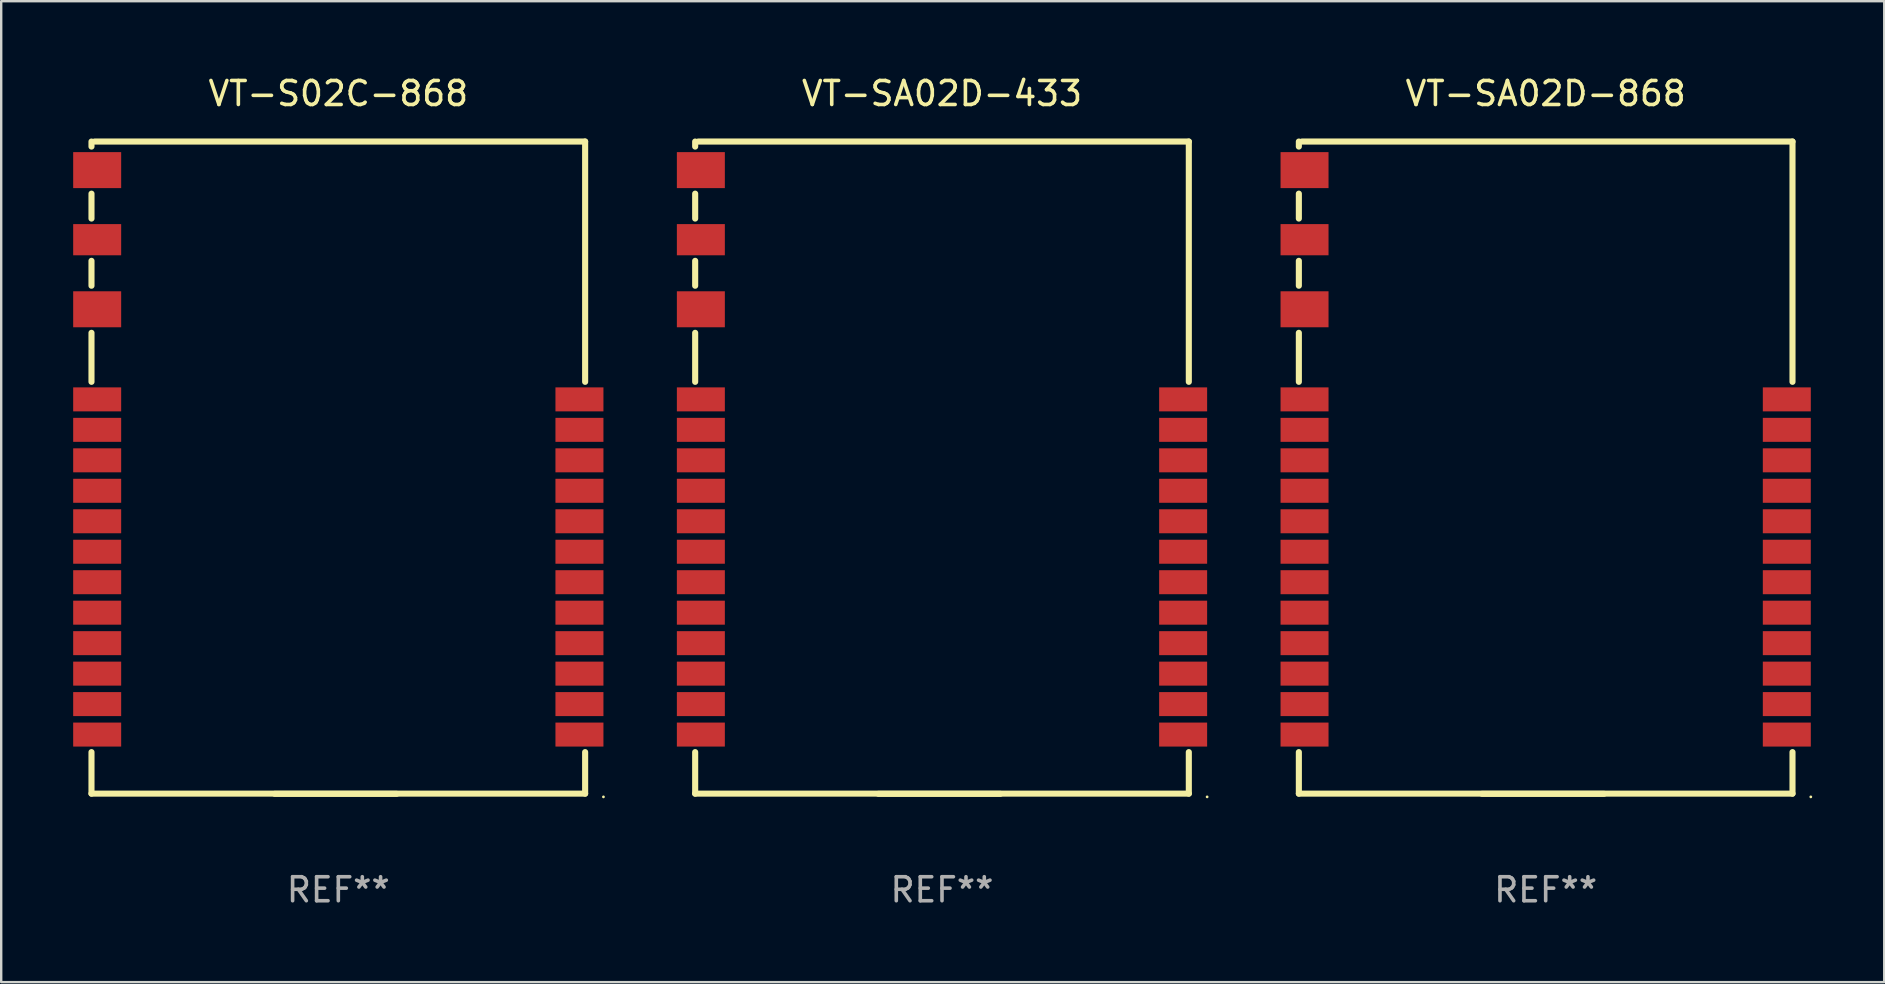
<source format=kicad_pcb>
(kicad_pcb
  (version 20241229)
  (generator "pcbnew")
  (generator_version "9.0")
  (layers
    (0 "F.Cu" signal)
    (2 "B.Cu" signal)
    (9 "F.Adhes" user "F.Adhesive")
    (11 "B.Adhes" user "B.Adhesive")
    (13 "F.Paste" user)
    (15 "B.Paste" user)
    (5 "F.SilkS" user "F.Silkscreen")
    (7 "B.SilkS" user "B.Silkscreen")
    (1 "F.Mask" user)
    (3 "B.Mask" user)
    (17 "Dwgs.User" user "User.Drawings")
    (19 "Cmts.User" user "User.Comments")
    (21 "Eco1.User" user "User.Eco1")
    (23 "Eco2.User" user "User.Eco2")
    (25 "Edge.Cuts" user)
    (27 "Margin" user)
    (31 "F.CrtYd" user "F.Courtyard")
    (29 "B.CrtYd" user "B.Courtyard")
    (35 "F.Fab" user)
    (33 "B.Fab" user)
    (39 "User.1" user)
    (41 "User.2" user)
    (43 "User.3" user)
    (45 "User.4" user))
  (footprint "VT-SA02D-433"
    (layer "F.Cu")
    (at 36.21 16.442)
    (property "Reference" "VT-SA02D-433" (at 0 -15.593 0) (layer "F.SilkS") (effects (font (size 1 1) (thickness 0.15))))
    (attr through_hole)
    (fp_line (start -10.287 -13.383) (end -10.287 -13.593) (stroke (width 0.254) (type solid)) (layer "F.SilkS"))
    (fp_line (start -10.287 -10.383) (end -10.287 -11.421) (stroke (width 0.254) (type solid)) (layer "F.SilkS"))
    (fp_line (start -10.287 -7.583) (end -10.287 -8.621) (stroke (width 0.254) (type solid)) (layer "F.SilkS"))
    (fp_line (start -10.287 -3.578) (end -10.287 -5.621) (stroke (width 0.254) (type solid)) (layer "F.SilkS"))
    (fp_line (start -10.287 13.585) (end -10.287 11.854) (stroke (width 0.254) (type solid)) (layer "F.SilkS"))
    (fp_line (start -10.16 -13.593) (end 10.287 -13.593) (stroke (width 0.254) (type solid)) (layer "F.SilkS"))
    (fp_line (start -2.65 13.593) (end 2.43 13.593) (stroke (width 0.254) (type solid)) (layer "F.SilkS"))
    (fp_line (start 10.287 -13.593) (end 10.287 -3.578) (stroke (width 0.254) (type solid)) (layer "F.SilkS"))
    (fp_line (start 10.287 11.854) (end 10.287 13.585) (stroke (width 0.254) (type solid)) (layer "F.SilkS"))
    (fp_line (start 10.287 13.585) (end -10.287 13.585) (stroke (width 0.254) (type solid)) (layer "F.SilkS"))
    (fp_circle (center 11.05 13.72) (end 11.08 13.72) (stroke (width 0.06) (type solid)) (fill no) (layer "F.SilkS"))
    (fp_text user "REF**" (at 0 17.593 0) (layer "F.Fab") (effects (font (size 1 1) (thickness 0.15))))
    (pad "1" smd rect (at 10.05 11.123) (size 2 1) (layers "F.Cu" "F.Mask" "F.Paste"))
    (pad "2" smd rect (at 10.05 9.853) (size 2 1) (layers "F.Cu" "F.Mask" "F.Paste"))
    (pad "3" smd rect (at 10.05 8.583) (size 2 1) (layers "F.Cu" "F.Mask" "F.Paste"))
    (pad "4" smd rect (at 10.05 7.313) (size 2 1) (layers "F.Cu" "F.Mask" "F.Paste"))
    (pad "5" smd rect (at 10.05 6.043) (size 2 1) (layers "F.Cu" "F.Mask" "F.Paste"))
    (pad "6" smd rect (at 10.05 4.773) (size 2 1) (layers "F.Cu" "F.Mask" "F.Paste"))
    (pad "7" smd rect (at 10.05 3.503) (size 2 1) (layers "F.Cu" "F.Mask" "F.Paste"))
    (pad "8" smd rect (at 10.05 2.233) (size 2 1) (layers "F.Cu" "F.Mask" "F.Paste"))
    (pad "9" smd rect (at 10.05 0.963) (size 2 1) (layers "F.Cu" "F.Mask" "F.Paste"))
    (pad "10" smd rect (at 10.05 -0.307) (size 2 1) (layers "F.Cu" "F.Mask" "F.Paste"))
    (pad "11" smd rect (at 10.05 -1.577) (size 2 1) (layers "F.Cu" "F.Mask" "F.Paste"))
    (pad "12" smd rect (at 10.05 -2.847) (size 2 1) (layers "F.Cu" "F.Mask" "F.Paste"))
    (pad "13" smd rect (at -10.05 11.123) (size 2 1) (layers "F.Cu" "F.Mask" "F.Paste"))
    (pad "14" smd rect (at -10.05 9.853) (size 2 1) (layers "F.Cu" "F.Mask" "F.Paste"))
    (pad "15" smd rect (at -10.05 8.583) (size 2 1) (layers "F.Cu" "F.Mask" "F.Paste"))
    (pad "16" smd rect (at -10.05 7.313) (size 2 1) (layers "F.Cu" "F.Mask" "F.Paste"))
    (pad "17" smd rect (at -10.05 6.043) (size 2 1) (layers "F.Cu" "F.Mask" "F.Paste"))
    (pad "18" smd rect (at -10.05 4.773) (size 2 1) (layers "F.Cu" "F.Mask" "F.Paste"))
    (pad "19" smd rect (at -10.05 3.503) (size 2 1) (layers "F.Cu" "F.Mask" "F.Paste"))
    (pad "20" smd rect (at -10.05 2.233) (size 2 1) (layers "F.Cu" "F.Mask" "F.Paste"))
    (pad "21" smd rect (at -10.05 0.963) (size 2 1) (layers "F.Cu" "F.Mask" "F.Paste"))
    (pad "22" smd rect (at -10.05 -0.307) (size 2 1) (layers "F.Cu" "F.Mask" "F.Paste"))
    (pad "23" smd rect (at -10.05 -1.577) (size 2 1) (layers "F.Cu" "F.Mask" "F.Paste"))
    (pad "24" smd rect (at -10.05 -2.847) (size 2 1) (layers "F.Cu" "F.Mask" "F.Paste"))
    (pad "25" smd rect (at -10.05 -6.602) (size 2 1.5) (layers "F.Cu" "F.Mask" "F.Paste"))
    (pad "26" smd rect (at -10.05 -9.502) (size 2 1.3) (layers "F.Cu" "F.Mask" "F.Paste"))
    (pad "27" smd rect (at -10.05 -12.402) (size 2 1.5) (layers "F.Cu" "F.Mask" "F.Paste")))
  (footprint "VT-SA02D-868"
    (layer "F.Cu")
    (at 61.37 16.442)
    (property "Reference" "VT-SA02D-868" (at 0 -15.593 0) (layer "F.SilkS") (effects (font (size 1 1) (thickness 0.15))))
    (attr through_hole)
    (fp_line (start -10.287 -13.383) (end -10.287 -13.593) (stroke (width 0.254) (type solid)) (layer "F.SilkS"))
    (fp_line (start -10.287 -10.383) (end -10.287 -11.421) (stroke (width 0.254) (type solid)) (layer "F.SilkS"))
    (fp_line (start -10.287 -7.583) (end -10.287 -8.621) (stroke (width 0.254) (type solid)) (layer "F.SilkS"))
    (fp_line (start -10.287 -3.578) (end -10.287 -5.621) (stroke (width 0.254) (type solid)) (layer "F.SilkS"))
    (fp_line (start -10.287 13.585) (end -10.287 11.854) (stroke (width 0.254) (type solid)) (layer "F.SilkS"))
    (fp_line (start -10.16 -13.593) (end 10.287 -13.593) (stroke (width 0.254) (type solid)) (layer "F.SilkS"))
    (fp_line (start -2.65 13.593) (end 2.43 13.593) (stroke (width 0.254) (type solid)) (layer "F.SilkS"))
    (fp_line (start 10.287 -13.593) (end 10.287 -3.578) (stroke (width 0.254) (type solid)) (layer "F.SilkS"))
    (fp_line (start 10.287 11.854) (end 10.287 13.585) (stroke (width 0.254) (type solid)) (layer "F.SilkS"))
    (fp_line (start 10.287 13.585) (end -10.287 13.585) (stroke (width 0.254) (type solid)) (layer "F.SilkS"))
    (fp_circle (center 11.05 13.72) (end 11.08 13.72) (stroke (width 0.06) (type solid)) (fill no) (layer "F.SilkS"))
    (fp_text user "REF**" (at 0 17.593 0) (layer "F.Fab") (effects (font (size 1 1) (thickness 0.15))))
    (pad "1" smd rect (at 10.05 11.123) (size 2 1) (layers "F.Cu" "F.Mask" "F.Paste"))
    (pad "2" smd rect (at 10.05 9.853) (size 2 1) (layers "F.Cu" "F.Mask" "F.Paste"))
    (pad "3" smd rect (at 10.05 8.583) (size 2 1) (layers "F.Cu" "F.Mask" "F.Paste"))
    (pad "4" smd rect (at 10.05 7.313) (size 2 1) (layers "F.Cu" "F.Mask" "F.Paste"))
    (pad "5" smd rect (at 10.05 6.043) (size 2 1) (layers "F.Cu" "F.Mask" "F.Paste"))
    (pad "6" smd rect (at 10.05 4.773) (size 2 1) (layers "F.Cu" "F.Mask" "F.Paste"))
    (pad "7" smd rect (at 10.05 3.503) (size 2 1) (layers "F.Cu" "F.Mask" "F.Paste"))
    (pad "8" smd rect (at 10.05 2.233) (size 2 1) (layers "F.Cu" "F.Mask" "F.Paste"))
    (pad "9" smd rect (at 10.05 0.963) (size 2 1) (layers "F.Cu" "F.Mask" "F.Paste"))
    (pad "10" smd rect (at 10.05 -0.307) (size 2 1) (layers "F.Cu" "F.Mask" "F.Paste"))
    (pad "11" smd rect (at 10.05 -1.577) (size 2 1) (layers "F.Cu" "F.Mask" "F.Paste"))
    (pad "12" smd rect (at 10.05 -2.847) (size 2 1) (layers "F.Cu" "F.Mask" "F.Paste"))
    (pad "13" smd rect (at -10.05 11.123) (size 2 1) (layers "F.Cu" "F.Mask" "F.Paste"))
    (pad "14" smd rect (at -10.05 9.853) (size 2 1) (layers "F.Cu" "F.Mask" "F.Paste"))
    (pad "15" smd rect (at -10.05 8.583) (size 2 1) (layers "F.Cu" "F.Mask" "F.Paste"))
    (pad "16" smd rect (at -10.05 7.313) (size 2 1) (layers "F.Cu" "F.Mask" "F.Paste"))
    (pad "17" smd rect (at -10.05 6.043) (size 2 1) (layers "F.Cu" "F.Mask" "F.Paste"))
    (pad "18" smd rect (at -10.05 4.773) (size 2 1) (layers "F.Cu" "F.Mask" "F.Paste"))
    (pad "19" smd rect (at -10.05 3.503) (size 2 1) (layers "F.Cu" "F.Mask" "F.Paste"))
    (pad "20" smd rect (at -10.05 2.233) (size 2 1) (layers "F.Cu" "F.Mask" "F.Paste"))
    (pad "21" smd rect (at -10.05 0.963) (size 2 1) (layers "F.Cu" "F.Mask" "F.Paste"))
    (pad "22" smd rect (at -10.05 -0.307) (size 2 1) (layers "F.Cu" "F.Mask" "F.Paste"))
    (pad "23" smd rect (at -10.05 -1.577) (size 2 1) (layers "F.Cu" "F.Mask" "F.Paste"))
    (pad "24" smd rect (at -10.05 -2.847) (size 2 1) (layers "F.Cu" "F.Mask" "F.Paste"))
    (pad "25" smd rect (at -10.05 -6.602) (size 2 1.5) (layers "F.Cu" "F.Mask" "F.Paste"))
    (pad "26" smd rect (at -10.05 -9.502) (size 2 1.3) (layers "F.Cu" "F.Mask" "F.Paste"))
    (pad "27" smd rect (at -10.05 -12.402) (size 2 1.5) (layers "F.Cu" "F.Mask" "F.Paste")))
  (footprint "VT-S02C-868"
    (layer "F.Cu")
    (at 11.05 16.442)
    (property "Reference" "VT-S02C-868" (at 0 -15.593 0) (layer "F.SilkS") (effects (font (size 1 1) (thickness 0.15))))
    (attr through_hole)
    (fp_line (start -10.287 -13.383) (end -10.287 -13.593) (stroke (width 0.254) (type solid)) (layer "F.SilkS"))
    (fp_line (start -10.287 -10.383) (end -10.287 -11.421) (stroke (width 0.254) (type solid)) (layer "F.SilkS"))
    (fp_line (start -10.287 -7.583) (end -10.287 -8.621) (stroke (width 0.254) (type solid)) (layer "F.SilkS"))
    (fp_line (start -10.287 -3.578) (end -10.287 -5.621) (stroke (width 0.254) (type solid)) (layer "F.SilkS"))
    (fp_line (start -10.287 13.585) (end -10.287 11.854) (stroke (width 0.254) (type solid)) (layer "F.SilkS"))
    (fp_line (start -10.16 -13.593) (end 10.287 -13.593) (stroke (width 0.254) (type solid)) (layer "F.SilkS"))
    (fp_line (start -2.65 13.593) (end 2.43 13.593) (stroke (width 0.254) (type solid)) (layer "F.SilkS"))
    (fp_line (start 10.287 -13.593) (end 10.287 -3.578) (stroke (width 0.254) (type solid)) (layer "F.SilkS"))
    (fp_line (start 10.287 11.854) (end 10.287 13.585) (stroke (width 0.254) (type solid)) (layer "F.SilkS"))
    (fp_line (start 10.287 13.585) (end -10.287 13.585) (stroke (width 0.254) (type solid)) (layer "F.SilkS"))
    (fp_circle (center 11.05 13.72) (end 11.08 13.72) (stroke (width 0.06) (type solid)) (fill no) (layer "F.SilkS"))
    (fp_text user "REF**" (at 0 17.593 0) (layer "F.Fab") (effects (font (size 1 1) (thickness 0.15))))
    (pad "1" smd rect (at 10.05 11.123) (size 2 1) (layers "F.Cu" "F.Mask" "F.Paste"))
    (pad "2" smd rect (at 10.05 9.853) (size 2 1) (layers "F.Cu" "F.Mask" "F.Paste"))
    (pad "3" smd rect (at 10.05 8.583) (size 2 1) (layers "F.Cu" "F.Mask" "F.Paste"))
    (pad "4" smd rect (at 10.05 7.313) (size 2 1) (layers "F.Cu" "F.Mask" "F.Paste"))
    (pad "5" smd rect (at 10.05 6.043) (size 2 1) (layers "F.Cu" "F.Mask" "F.Paste"))
    (pad "6" smd rect (at 10.05 4.773) (size 2 1) (layers "F.Cu" "F.Mask" "F.Paste"))
    (pad "7" smd rect (at 10.05 3.503) (size 2 1) (layers "F.Cu" "F.Mask" "F.Paste"))
    (pad "8" smd rect (at 10.05 2.233) (size 2 1) (layers "F.Cu" "F.Mask" "F.Paste"))
    (pad "9" smd rect (at 10.05 0.963) (size 2 1) (layers "F.Cu" "F.Mask" "F.Paste"))
    (pad "10" smd rect (at 10.05 -0.307) (size 2 1) (layers "F.Cu" "F.Mask" "F.Paste"))
    (pad "11" smd rect (at 10.05 -1.577) (size 2 1) (layers "F.Cu" "F.Mask" "F.Paste"))
    (pad "12" smd rect (at 10.05 -2.847) (size 2 1) (layers "F.Cu" "F.Mask" "F.Paste"))
    (pad "13" smd rect (at -10.05 11.123) (size 2 1) (layers "F.Cu" "F.Mask" "F.Paste"))
    (pad "14" smd rect (at -10.05 9.853) (size 2 1) (layers "F.Cu" "F.Mask" "F.Paste"))
    (pad "15" smd rect (at -10.05 8.583) (size 2 1) (layers "F.Cu" "F.Mask" "F.Paste"))
    (pad "16" smd rect (at -10.05 7.313) (size 2 1) (layers "F.Cu" "F.Mask" "F.Paste"))
    (pad "17" smd rect (at -10.05 6.043) (size 2 1) (layers "F.Cu" "F.Mask" "F.Paste"))
    (pad "18" smd rect (at -10.05 4.773) (size 2 1) (layers "F.Cu" "F.Mask" "F.Paste"))
    (pad "19" smd rect (at -10.05 3.503) (size 2 1) (layers "F.Cu" "F.Mask" "F.Paste"))
    (pad "20" smd rect (at -10.05 2.233) (size 2 1) (layers "F.Cu" "F.Mask" "F.Paste"))
    (pad "21" smd rect (at -10.05 0.963) (size 2 1) (layers "F.Cu" "F.Mask" "F.Paste"))
    (pad "22" smd rect (at -10.05 -0.307) (size 2 1) (layers "F.Cu" "F.Mask" "F.Paste"))
    (pad "23" smd rect (at -10.05 -1.577) (size 2 1) (layers "F.Cu" "F.Mask" "F.Paste"))
    (pad "24" smd rect (at -10.05 -2.847) (size 2 1) (layers "F.Cu" "F.Mask" "F.Paste"))
    (pad "25" smd rect (at -10.05 -6.602) (size 2 1.5) (layers "F.Cu" "F.Mask" "F.Paste"))
    (pad "26" smd rect (at -10.05 -9.502) (size 2 1.3) (layers "F.Cu" "F.Mask" "F.Paste"))
    (pad "27" smd rect (at -10.05 -12.402) (size 2 1.5) (layers "F.Cu" "F.Mask" "F.Paste")))
  (gr_rect
    (start -3 -3)
    (end 75.48 37.883)
    (stroke (width 0.1) (type default))
    (fill no)
    (layer "Edge.Cuts")))
</source>
